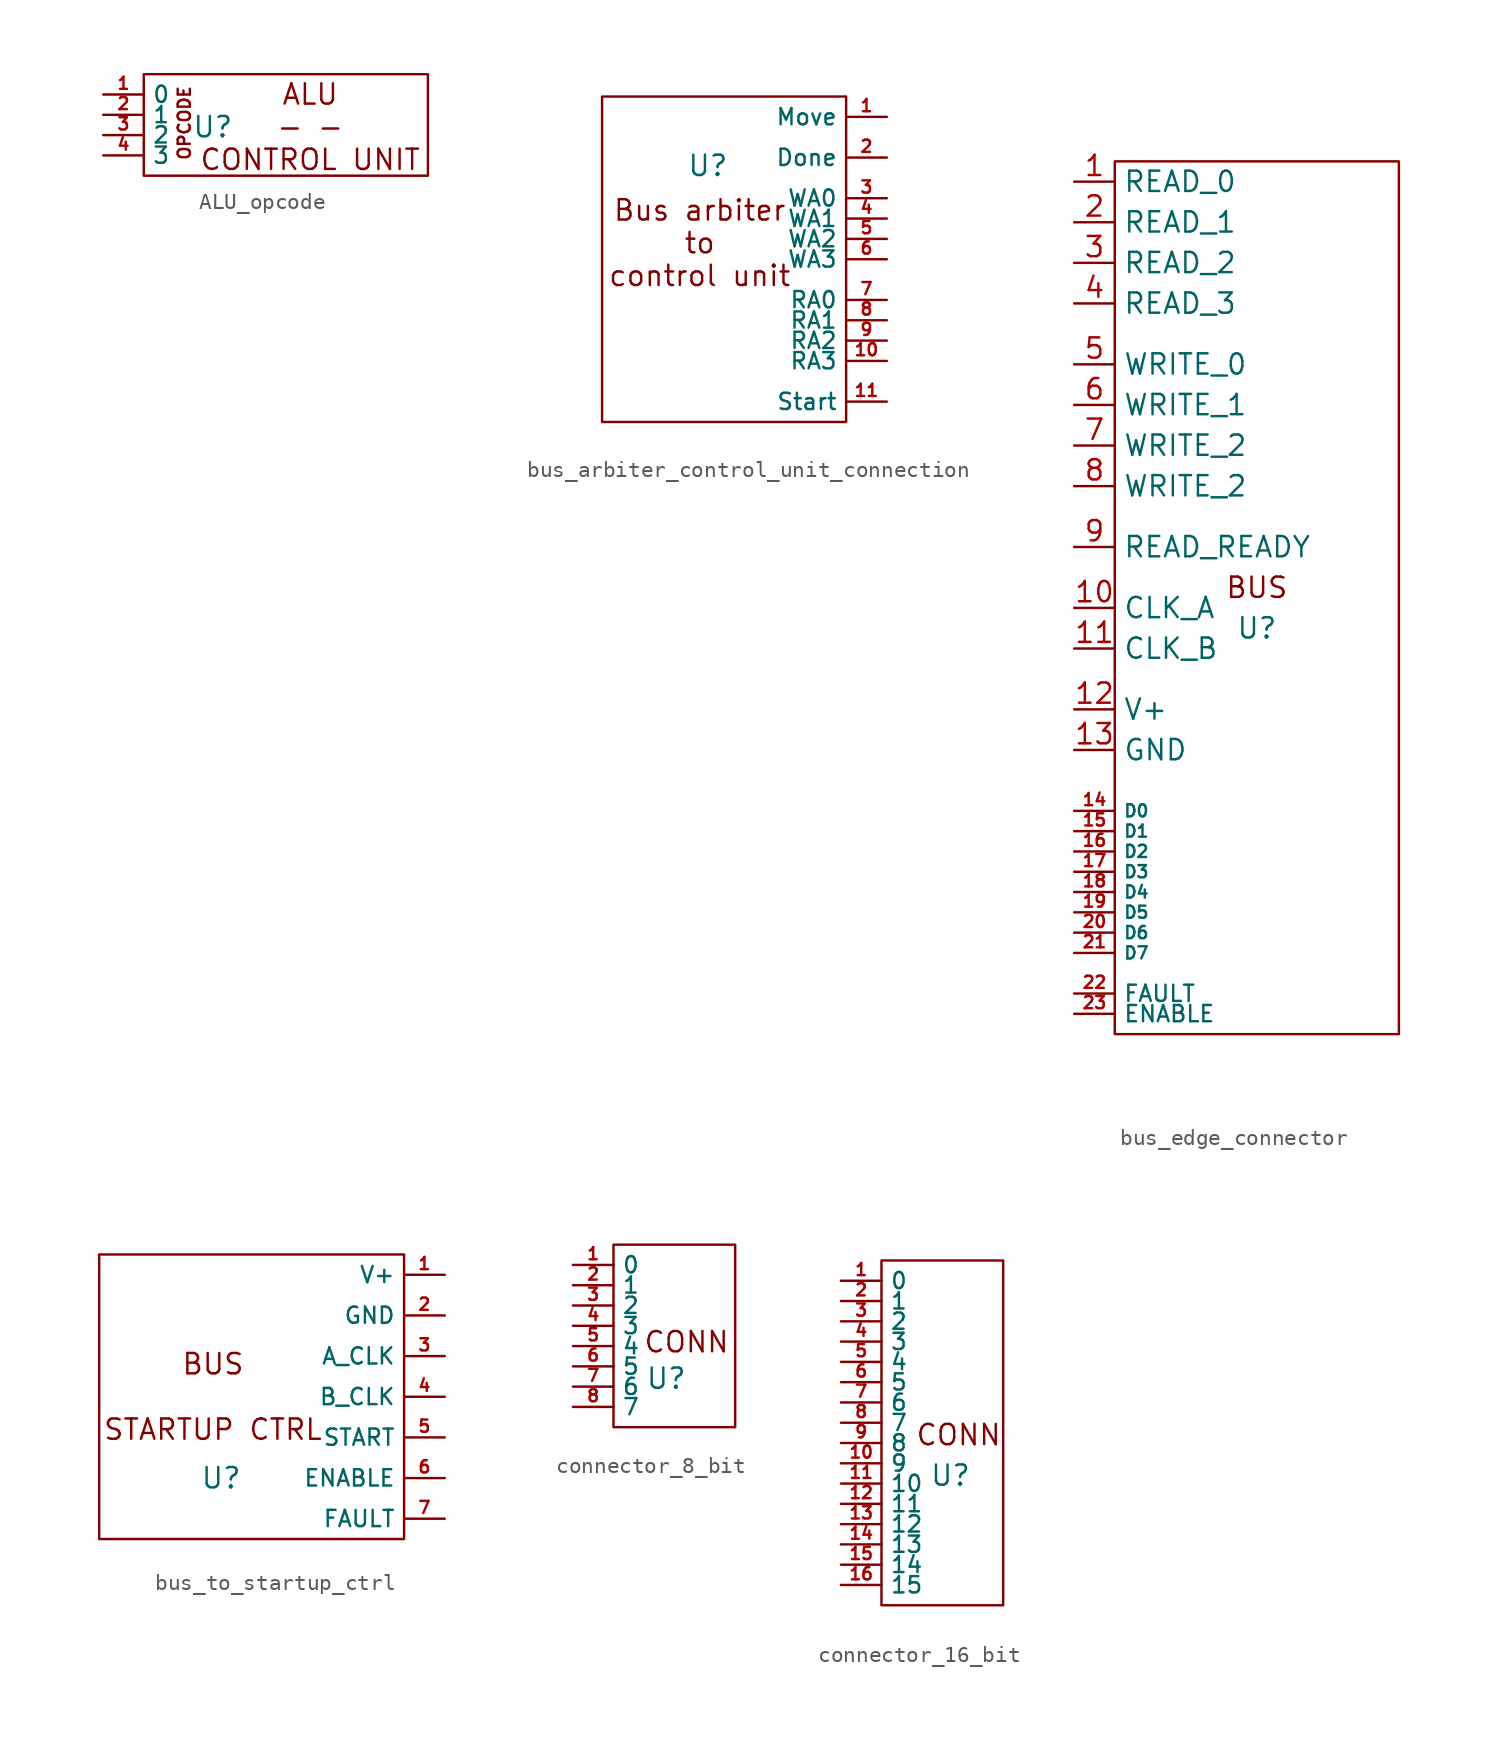
<source format=kicad_sym>
(kicad_symbol_lib
  (version 20231120)
  (generator "kicad_symbol_editor")
  (generator_version "8.0")
  (symbol "ALU_opcode"
    (property "Reference" "U"
      (at -3.302 0.508 0)
      (effects (font (size 1.27 1.27))))
    (property "Value" ""
      (at -1.27 0 0)
      (effects (font (size 1.27 1.27))))
    (symbol "ALU_opcode_0_1"
      (rectangle (start -7.62 3.81) (end 10.16 -2.54) (stroke (width 0) (type default)) (fill (type none))))
    (symbol "ALU_opcode_1_1"
      (text "ALU\n- -\nCONTROL UNIT" (at 2.794 0.508 0) (effects (font (size 1.27 1.27))))
      (text "OPCODE" (at -5.08 0.762 900) (effects (font (size 0.762 0.762))))
      (pin bidirectional line (at -10.16 2.54 0) (length 2.54) (name "0" (effects (font (size 1.016 1.016)))) (number "1" (effects (font (size 0.762 0.762)))))
      (pin bidirectional line (at -10.16 1.27 0) (length 2.54) (name "1" (effects (font (size 1.016 1.016)))) (number "2" (effects (font (size 0.762 0.762)))))
      (pin bidirectional line (at -10.16 0 0) (length 2.54) (name "2" (effects (font (size 1.016 1.016)))) (number "3" (effects (font (size 0.762 0.762)))))
      (pin bidirectional line (at -10.16 -1.27 0) (length 2.54) (name "3" (effects (font (size 1.016 1.016)))) (number "4" (effects (font (size 0.762 0.762)))))))
  (symbol "bus_arbiter_control_unit_connection"
    (property "Reference" "U"
      (at -1.016 4.572 0)
      (effects (font (size 1.27 1.27))))
    (property "Value" ""
      (at 7.62 -5.08 0)
      (effects (font (size 1.27 1.27))))
    (symbol "bus_arbiter_control_unit_connection_0_1"
      (rectangle (start -7.62 8.89) (end 7.62 -11.43) (stroke (width 0) (type default)) (fill (type none))))
    (symbol "bus_arbiter_control_unit_connection_1_1"
      (text "Bus arbiter\nto\ncontrol unit" (at -1.524 -0.254 0) (effects (font (size 1.27 1.27))))
      (pin bidirectional line (at 10.16 7.62 180) (length 2.54) (name "Move" (effects (font (size 1.016 1.016)))) (number "1" (effects (font (size 0.762 0.762)))))
      (pin bidirectional line (at 10.16 -7.62 180) (length 2.54) (name "RA3" (effects (font (size 1.016 1.016)))) (number "10" (effects (font (size 0.762 0.762)))))
      (pin bidirectional line (at 10.16 -10.16 180) (length 2.54) (name "Start" (effects (font (size 1.016 1.016)))) (number "11" (effects (font (size 0.762 0.762)))))
      (pin bidirectional line (at 10.16 5.08 180) (length 2.54) (name "Done" (effects (font (size 1.016 1.016)))) (number "2" (effects (font (size 0.762 0.762)))))
      (pin bidirectional line (at 10.16 2.54 180) (length 2.54) (name "WA0" (effects (font (size 1.016 1.016)))) (number "3" (effects (font (size 0.762 0.762)))))
      (pin bidirectional line (at 10.16 1.27 180) (length 2.54) (name "WA1" (effects (font (size 1.016 1.016)))) (number "4" (effects (font (size 0.762 0.762)))))
      (pin bidirectional line (at 10.16 0 180) (length 2.54) (name "WA2" (effects (font (size 1.016 1.016)))) (number "5" (effects (font (size 0.762 0.762)))))
      (pin bidirectional line (at 10.16 -1.27 180) (length 2.54) (name "WA3" (effects (font (size 1.016 1.016)))) (number "6" (effects (font (size 0.762 0.762)))))
      (pin bidirectional line (at 10.16 -3.81 180) (length 2.54) (name "RA0" (effects (font (size 1.016 1.016)))) (number "7" (effects (font (size 0.762 0.762)))))
      (pin bidirectional line (at 10.16 -5.08 180) (length 2.54) (name "RA1" (effects (font (size 1.016 1.016)))) (number "8" (effects (font (size 0.762 0.762)))))
      (pin bidirectional line (at 10.16 -6.35 180) (length 2.54) (name "RA2" (effects (font (size 1.016 1.016)))) (number "9" (effects (font (size 0.762 0.762)))))))
  (symbol "bus_edge_connector"
    (property "Reference" "U"
      (at 0 -1.27 0)
      (effects (font (size 1.27 1.27))))
    (property "Value" ""
      (at -8.89 8.89 0)
      (effects (font (size 1.27 1.27))))
    (symbol "bus_edge_connector_0_1"
      (rectangle (start -8.89 27.94) (end 8.89 -26.67) (stroke (width 0) (type default)) (fill (type none))))
    (symbol "bus_edge_connector_1_1"
      (text "BUS" (at 0 1.27 0) (effects (font (size 1.27 1.27))))
      (pin bidirectional line (at -11.43 26.67 0) (length 2.54) (name "READ_0" (effects (font (size 1.27 1.27)))) (number "1" (effects (font (size 1.27 1.27)))))
      (pin bidirectional line (at -11.43 0 0) (length 2.54) (name "CLK_A" (effects (font (size 1.27 1.27)))) (number "10" (effects (font (size 1.27 1.27)))))
      (pin bidirectional line (at -11.43 -2.54 0) (length 2.54) (name "CLK_B" (effects (font (size 1.27 1.27)))) (number "11" (effects (font (size 1.27 1.27)))))
      (pin power_out line (at -11.43 -6.35 0) (length 2.54) (name "V+" (effects (font (size 1.27 1.27)))) (number "12" (effects (font (size 1.27 1.27)))))
      (pin power_out line (at -11.43 -8.89 0) (length 2.54) (name "GND" (effects (font (size 1.27 1.27)))) (number "13" (effects (font (size 1.27 1.27)))))
      (pin bidirectional line (at -11.43 -12.7 0) (length 2.54) (name "D0" (effects (font (size 0.762 0.762)))) (number "14" (effects (font (size 0.762 0.762)))))
      (pin bidirectional line (at -11.43 -13.97 0) (length 2.54) (name "D1" (effects (font (size 0.762 0.762)))) (number "15" (effects (font (size 0.762 0.762)))))
      (pin bidirectional line (at -11.43 -15.24 0) (length 2.54) (name "D2" (effects (font (size 0.762 0.762)))) (number "16" (effects (font (size 0.762 0.762)))))
      (pin bidirectional line (at -11.43 -16.51 0) (length 2.54) (name "D3" (effects (font (size 0.762 0.762)))) (number "17" (effects (font (size 0.762 0.762)))))
      (pin bidirectional line (at -11.43 -17.78 0) (length 2.54) (name "D4" (effects (font (size 0.762 0.762)))) (number "18" (effects (font (size 0.762 0.762)))))
      (pin bidirectional line (at -11.43 -19.05 0) (length 2.54) (name "D5" (effects (font (size 0.762 0.762)))) (number "19" (effects (font (size 0.762 0.762)))))
      (pin bidirectional line (at -11.43 24.13 0) (length 2.54) (name "READ_1" (effects (font (size 1.27 1.27)))) (number "2" (effects (font (size 1.27 1.27)))))
      (pin bidirectional line (at -11.43 -20.32 0) (length 2.54) (name "D6" (effects (font (size 0.762 0.762)))) (number "20" (effects (font (size 0.762 0.762)))))
      (pin bidirectional line (at -11.43 -21.59 0) (length 2.54) (name "D7" (effects (font (size 0.762 0.762)))) (number "21" (effects (font (size 0.762 0.762)))))
      (pin bidirectional line (at -11.43 -24.13 0) (length 2.54) (name "FAULT" (effects (font (size 1.016 1.016)))) (number "22" (effects (font (size 0.762 0.762)))))
      (pin bidirectional line (at -11.43 -25.4 0) (length 2.54) (name "ENABLE" (effects (font (size 1.016 1.016)))) (number "23" (effects (font (size 0.762 0.762)))))
      (pin bidirectional line (at -11.43 21.59 0) (length 2.54) (name "READ_2" (effects (font (size 1.27 1.27)))) (number "3" (effects (font (size 1.27 1.27)))))
      (pin bidirectional line (at -11.43 19.05 0) (length 2.54) (name "READ_3" (effects (font (size 1.27 1.27)))) (number "4" (effects (font (size 1.27 1.27)))))
      (pin bidirectional line (at -11.43 15.24 0) (length 2.54) (name "WRITE_0" (effects (font (size 1.27 1.27)))) (number "5" (effects (font (size 1.27 1.27)))))
      (pin bidirectional line (at -11.43 12.7 0) (length 2.54) (name "WRITE_1" (effects (font (size 1.27 1.27)))) (number "6" (effects (font (size 1.27 1.27)))))
      (pin bidirectional line (at -11.43 10.16 0) (length 2.54) (name "WRITE_2" (effects (font (size 1.27 1.27)))) (number "7" (effects (font (size 1.27 1.27)))))
      (pin bidirectional line (at -11.43 7.62 0) (length 2.54) (name "WRITE_2" (effects (font (size 1.27 1.27)))) (number "8" (effects (font (size 1.27 1.27)))))
      (pin bidirectional line (at -11.43 3.81 0) (length 2.54) (name "READ_READY" (effects (font (size 1.27 1.27)))) (number "9" (effects (font (size 1.27 1.27)))))))
  (symbol "bus_to_startup_ctrl"
    (property "Reference" "U"
      (at -2.54 -5.08 0)
      (effects (font (size 1.27 1.27))))
    (property "Value" ""
      (at 5.08 0 0)
      (effects (font (size 1.27 1.27))))
    (symbol "bus_to_startup_ctrl_0_1"
      (rectangle (start -10.16 8.89) (end 8.89 -8.89) (stroke (width 0) (type default)) (fill (type none))))
    (symbol "bus_to_startup_ctrl_1_1"
      (text "BUS\n\nSTARTUP CTRL" (at -3.048 0 0) (effects (font (size 1.27 1.27))))
      (pin bidirectional line (at 11.43 7.62 180) (length 2.54) (name "V+" (effects (font (size 1.016 1.016)))) (number "1" (effects (font (size 0.762 0.762)))))
      (pin bidirectional line (at 11.43 5.08 180) (length 2.54) (name "GND" (effects (font (size 1.016 1.016)))) (number "2" (effects (font (size 0.762 0.762)))))
      (pin bidirectional line (at 11.43 2.54 180) (length 2.54) (name "A_CLK" (effects (font (size 1.016 1.016)))) (number "3" (effects (font (size 0.762 0.762)))))
      (pin bidirectional line (at 11.43 0 180) (length 2.54) (name "B_CLK" (effects (font (size 1.016 1.016)))) (number "4" (effects (font (size 0.762 0.762)))))
      (pin bidirectional line (at 11.43 -2.54 180) (length 2.54) (name "START" (effects (font (size 1.016 1.016)))) (number "5" (effects (font (size 0.762 0.762)))))
      (pin bidirectional line (at 11.43 -5.08 180) (length 2.54) (name "ENABLE" (effects (font (size 1.016 1.016)))) (number "6" (effects (font (size 0.762 0.762)))))
      (pin bidirectional line (at 11.43 -7.62 180) (length 2.54) (name "FAULT" (effects (font (size 1.016 1.016)))) (number "7" (effects (font (size 0.762 0.762)))))))
  (symbol "connector_8_bit"
    (property "Reference" "U"
      (at 2.032 -2.032 0)
      (effects (font (size 1.27 1.27))))
    (property "Value" ""
      (at 0 -5.08 0)
      (effects (font (size 1.27 1.27))))
    (symbol "connector_8_bit_0_1"
      (rectangle (start -1.27 6.35) (end 6.35 -5.08) (stroke (width 0) (type default)) (fill (type none))))
    (symbol "connector_8_bit_1_1"
      (text "CONN" (at 3.302 0.254 0) (effects (font (size 1.27 1.27))))
      (pin input line (at -3.81 5.08 0) (length 2.54) (name "0" (effects (font (size 1.016 1.016)))) (number "1" (effects (font (size 0.762 0.762)))))
      (pin input line (at -3.81 3.81 0) (length 2.54) (name "1" (effects (font (size 1.016 1.016)))) (number "2" (effects (font (size 0.762 0.762)))))
      (pin input line (at -3.81 2.54 0) (length 2.54) (name "2" (effects (font (size 1.016 1.016)))) (number "3" (effects (font (size 0.762 0.762)))))
      (pin input line (at -3.81 1.27 0) (length 2.54) (name "3" (effects (font (size 1.016 1.016)))) (number "4" (effects (font (size 0.762 0.762)))))
      (pin input line (at -3.81 0 0) (length 2.54) (name "4" (effects (font (size 1.016 1.016)))) (number "5" (effects (font (size 0.762 0.762)))))
      (pin input line (at -3.81 -1.27 0) (length 2.54) (name "5" (effects (font (size 1.016 1.016)))) (number "6" (effects (font (size 0.762 0.762)))))
      (pin input line (at -3.81 -2.54 0) (length 2.54) (name "6" (effects (font (size 1.016 1.016)))) (number "7" (effects (font (size 0.762 0.762)))))
      (pin input line (at -3.81 -3.81 0) (length 2.54) (name "7" (effects (font (size 1.016 1.016)))) (number "8" (effects (font (size 0.762 0.762)))))))
  (symbol "connector_16_bit"
    (property "Reference" "U"
      (at 3.048 -2.032 0)
      (effects (font (size 1.27 1.27))))
    (property "Value" ""
      (at -1.27 -6.35 0)
      (effects (font (size 1.27 1.27))))
    (symbol "connector_16_bit_0_1"
      (rectangle (start -1.27 11.43) (end 6.35 -10.16) (stroke (width 0) (type default)) (fill (type none))))
    (symbol "connector_16_bit_1_1"
      (text "CONN" (at 3.556 0.508 0) (effects (font (size 1.27 1.27))))
      (pin input line (at -3.81 10.16 0) (length 2.54) (name "0" (effects (font (size 1.016 1.016)))) (number "1" (effects (font (size 0.762 0.762)))))
      (pin input line (at -3.81 -1.27 0) (length 2.54) (name "9" (effects (font (size 1.016 1.016)))) (number "10" (effects (font (size 0.762 0.762)))))
      (pin input line (at -3.81 -2.54 0) (length 2.54) (name "10" (effects (font (size 1.016 1.016)))) (number "11" (effects (font (size 0.762 0.762)))))
      (pin input line (at -3.81 -3.81 0) (length 2.54) (name "11" (effects (font (size 1.016 1.016)))) (number "12" (effects (font (size 0.762 0.762)))))
      (pin input line (at -3.81 -5.08 0) (length 2.54) (name "12" (effects (font (size 1.016 1.016)))) (number "13" (effects (font (size 0.762 0.762)))))
      (pin input line (at -3.81 -6.35 0) (length 2.54) (name "13" (effects (font (size 1.016 1.016)))) (number "14" (effects (font (size 0.762 0.762)))))
      (pin input line (at -3.81 -7.62 0) (length 2.54) (name "14" (effects (font (size 1.016 1.016)))) (number "15" (effects (font (size 0.762 0.762)))))
      (pin input line (at -3.81 -8.89 0) (length 2.54) (name "15" (effects (font (size 1.016 1.016)))) (number "16" (effects (font (size 0.762 0.762)))))
      (pin input line (at -3.81 8.89 0) (length 2.54) (name "1" (effects (font (size 1.016 1.016)))) (number "2" (effects (font (size 0.762 0.762)))))
      (pin input line (at -3.81 7.62 0) (length 2.54) (name "2" (effects (font (size 1.016 1.016)))) (number "3" (effects (font (size 0.762 0.762)))))
      (pin input line (at -3.81 6.35 0) (length 2.54) (name "3" (effects (font (size 1.016 1.016)))) (number "4" (effects (font (size 0.762 0.762)))))
      (pin input line (at -3.81 5.08 0) (length 2.54) (name "4" (effects (font (size 1.016 1.016)))) (number "5" (effects (font (size 0.762 0.762)))))
      (pin input line (at -3.81 3.81 0) (length 2.54) (name "5" (effects (font (size 1.016 1.016)))) (number "6" (effects (font (size 0.762 0.762)))))
      (pin input line (at -3.81 2.54 0) (length 2.54) (name "6" (effects (font (size 1.016 1.016)))) (number "7" (effects (font (size 0.762 0.762)))))
      (pin input line (at -3.81 1.27 0) (length 2.54) (name "7" (effects (font (size 1.016 1.016)))) (number "8" (effects (font (size 0.762 0.762)))))
      (pin input line (at -3.81 0 0) (length 2.54) (name "8" (effects (font (size 1.016 1.016)))) (number "9" (effects (font (size 0.762 0.762))))))))
</source>
